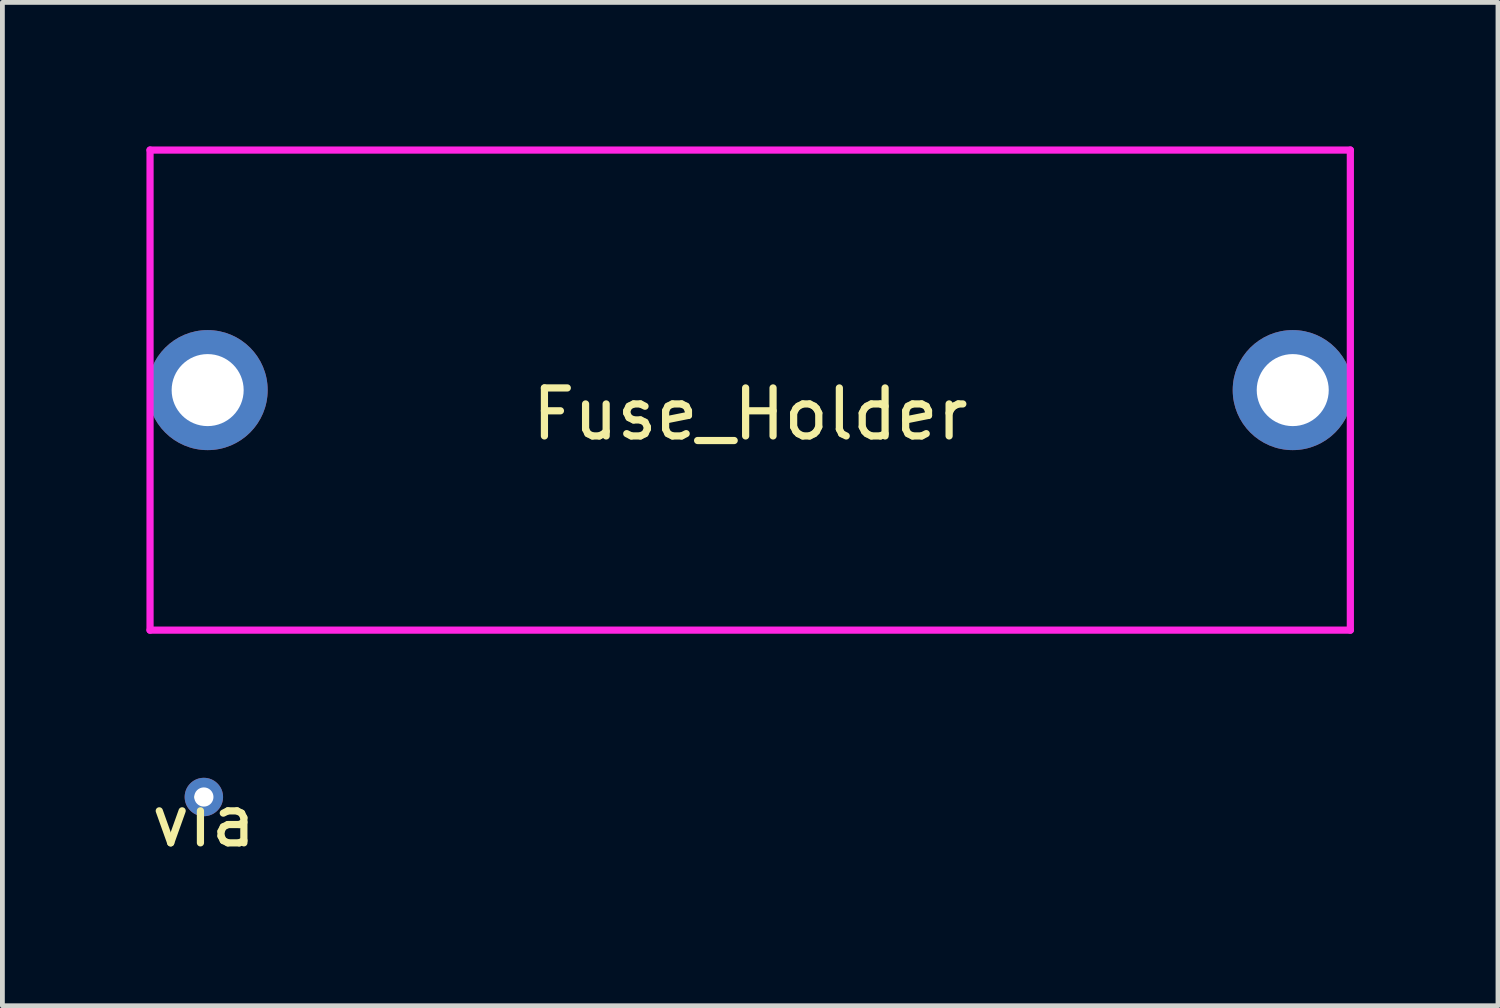
<source format=kicad_pcb>
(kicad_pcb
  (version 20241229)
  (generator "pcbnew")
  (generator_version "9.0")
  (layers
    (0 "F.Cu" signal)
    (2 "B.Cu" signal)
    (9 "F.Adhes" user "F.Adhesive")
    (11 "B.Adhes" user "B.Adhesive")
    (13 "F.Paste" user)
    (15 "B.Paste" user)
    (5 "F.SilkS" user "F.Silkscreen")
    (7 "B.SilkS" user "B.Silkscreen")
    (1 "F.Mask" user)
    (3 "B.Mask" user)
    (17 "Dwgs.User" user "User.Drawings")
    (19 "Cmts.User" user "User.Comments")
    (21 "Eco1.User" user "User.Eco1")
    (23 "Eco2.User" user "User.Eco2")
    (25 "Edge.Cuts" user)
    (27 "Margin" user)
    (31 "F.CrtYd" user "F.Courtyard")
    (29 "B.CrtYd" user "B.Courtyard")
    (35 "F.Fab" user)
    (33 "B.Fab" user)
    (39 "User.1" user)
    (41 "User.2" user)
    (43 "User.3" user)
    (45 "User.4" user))
  (footprint "via"
    (layer "F.Cu")
    (at 1.196 13.55)
    (property "Reference" "via" (at 0 0.5 0) (layer "F.SilkS") (effects (font (size 1 1) (thickness 0.15))))
    (attr through_hole)
    (pad "1" thru_hole circle (at 0 0) (size 0.8 0.8) (drill 0.4) (layers "*.Cu" "*.Mask")))
  (footprint "Fuse_Holder"
    (layer "F.Cu")
    (at 12.575 5.075)
    (property "Reference" "Fuse_Holder" (at 0 0.5 0) (layer "F.SilkS") (effects (font (size 1 1) (thickness 0.15))))
    (attr through_hole)
    (fp_line (start -12.5 -5) (end -12.5 5) (stroke (width 0.15) (type solid)) (layer "F.CrtYd"))
    (fp_line (start 12.5 -5) (end -12.5 -5) (stroke (width 0.15) (type solid)) (layer "F.CrtYd"))
    (fp_line (start 12.5 -5) (end 12.5 5) (stroke (width 0.15) (type solid)) (layer "F.CrtYd"))
    (fp_line (start 12.5 5) (end -12.5 5) (stroke (width 0.15) (type solid)) (layer "F.CrtYd"))
    (pad "1" thru_hole circle (at -11.3 0) (size 2.5 2.5) (drill 1.5) (layers "*.Cu" "*.Mask"))
    (pad "2" thru_hole circle (at 11.3 0) (size 2.5 2.5) (drill 1.5) (layers "*.Cu" "*.Mask")))
  (gr_rect
    (start -3 -3)
    (end 28.15 17.898)
    (stroke (width 0.1) (type default))
    (fill no)
    (layer "Edge.Cuts")))
</source>
